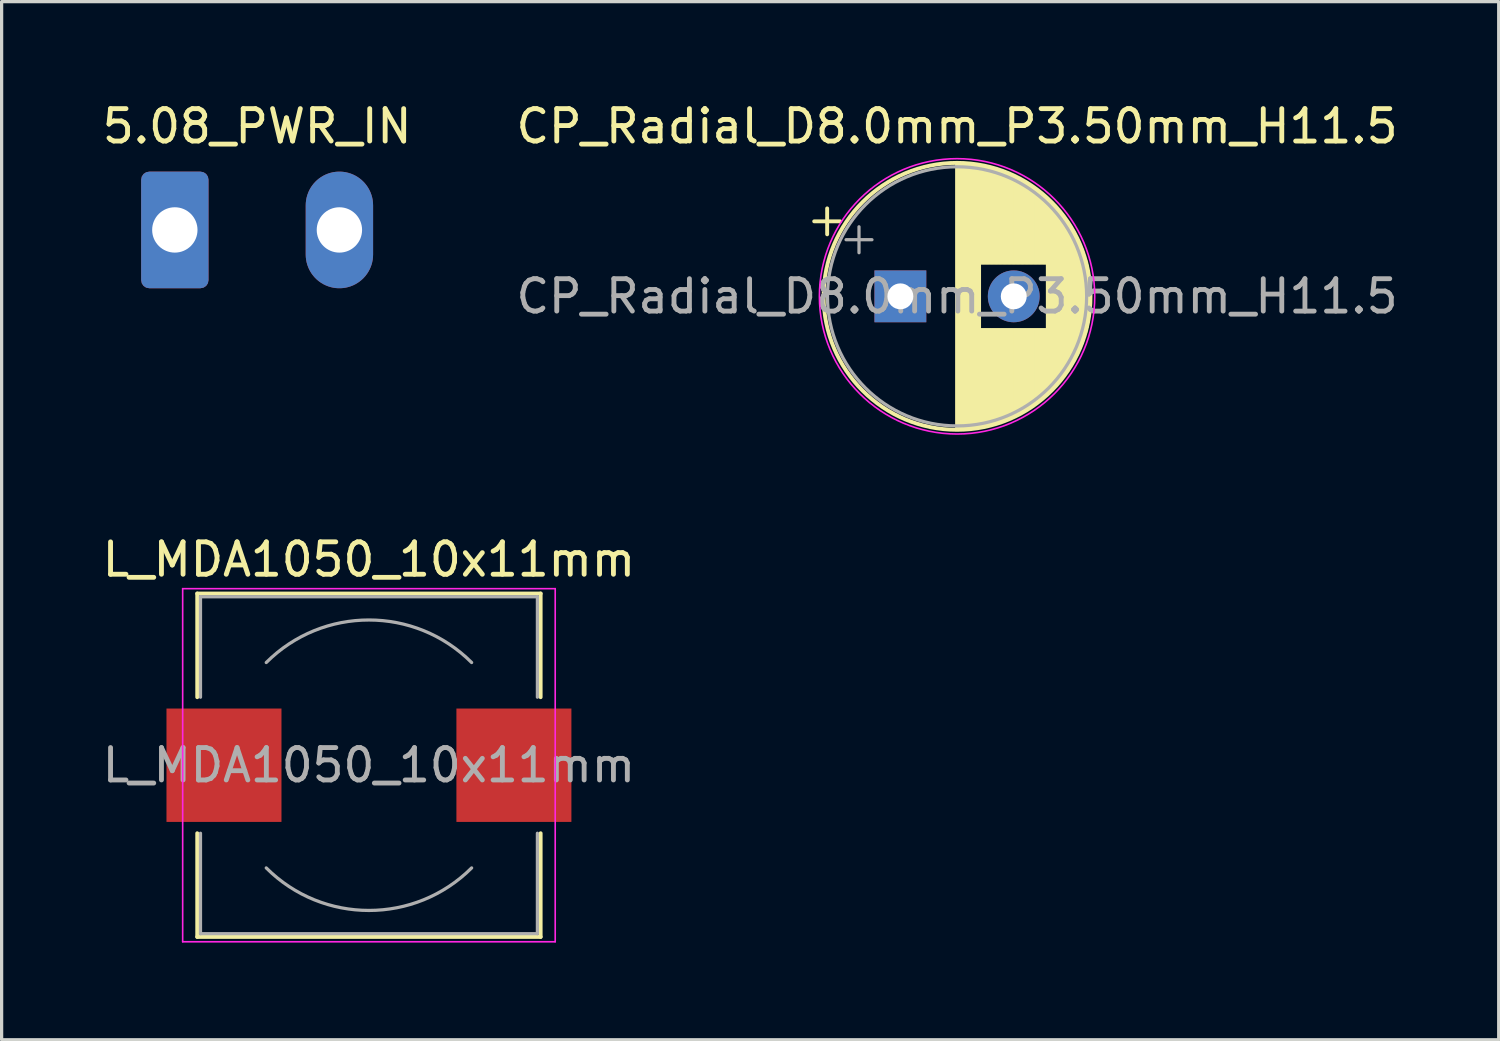
<source format=kicad_pcb>
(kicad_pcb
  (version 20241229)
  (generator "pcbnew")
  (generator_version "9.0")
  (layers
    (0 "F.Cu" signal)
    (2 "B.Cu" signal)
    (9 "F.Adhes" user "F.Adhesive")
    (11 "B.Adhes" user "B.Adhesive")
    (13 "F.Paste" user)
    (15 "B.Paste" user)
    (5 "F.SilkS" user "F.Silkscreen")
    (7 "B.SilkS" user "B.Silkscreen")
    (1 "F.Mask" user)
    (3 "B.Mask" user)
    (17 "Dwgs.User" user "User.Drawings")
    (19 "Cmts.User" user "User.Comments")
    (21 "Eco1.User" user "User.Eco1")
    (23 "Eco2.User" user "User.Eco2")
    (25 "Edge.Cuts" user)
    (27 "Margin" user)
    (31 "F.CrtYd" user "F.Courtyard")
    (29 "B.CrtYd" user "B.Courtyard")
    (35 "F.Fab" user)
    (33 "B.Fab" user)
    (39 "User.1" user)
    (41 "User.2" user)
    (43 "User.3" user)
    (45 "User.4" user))
  (footprint "L_MDA1050_10x11mm"
    (layer "F.Cu")
    (at 8.339 20.572)
    (property "Reference" "L_MDA1050_10x11mm" (at 0 -6.35 0) (layer "F.SilkS") (effects (font (size 1 1) (thickness 0.15))))
    (attr smd)
    (fp_line (start -5.3 -5.3) (end 5.3 -5.3) (stroke (width 0.12) (type solid)) (layer "F.SilkS"))
    (fp_line (start -5.3 -2.1) (end -5.3 -5.3) (stroke (width 0.12) (type solid)) (layer "F.SilkS"))
    (fp_line (start -5.3 5.3) (end -5.3 2.1) (stroke (width 0.12) (type solid)) (layer "F.SilkS"))
    (fp_line (start 5.3 -5.3) (end 5.3 -2.1) (stroke (width 0.12) (type solid)) (layer "F.SilkS"))
    (fp_line (start 5.3 2.1) (end 5.3 5.3) (stroke (width 0.12) (type solid)) (layer "F.SilkS"))
    (fp_line (start 5.3 5.3) (end -5.3 5.3) (stroke (width 0.12) (type solid)) (layer "F.SilkS"))
    (fp_line (start -5.75 -5.45) (end -5.75 5.45) (stroke (width 0.05) (type solid)) (layer "F.CrtYd"))
    (fp_line (start -5.75 5.45) (end 5.75 5.45) (stroke (width 0.05) (type solid)) (layer "F.CrtYd"))
    (fp_line (start 5.75 -5.45) (end -5.75 -5.45) (stroke (width 0.05) (type solid)) (layer "F.CrtYd"))
    (fp_line (start 5.75 5.45) (end 5.75 -5.45) (stroke (width 0.05) (type solid)) (layer "F.CrtYd"))
    (fp_line (start -5.2 -5.2) (end -5.2 -2.1) (stroke (width 0.1) (type solid)) (layer "F.Fab"))
    (fp_line (start -5.2 -5.2) (end 5.2 -5.2) (stroke (width 0.1) (type solid)) (layer "F.Fab"))
    (fp_line (start -5.2 5.2) (end -5.2 2.1) (stroke (width 0.1) (type solid)) (layer "F.Fab"))
    (fp_line (start -5.2 5.2) (end 5.2 5.2) (stroke (width 0.1) (type solid)) (layer "F.Fab"))
    (fp_line (start 5.2 -5.2) (end 5.2 -2.1) (stroke (width 0.1) (type solid)) (layer "F.Fab"))
    (fp_line (start 5.2 5.2) (end 5.2 2.1) (stroke (width 0.1) (type solid)) (layer "F.Fab"))
    (fp_arc (start -3.17 -3.17) (mid 0 -4.483057) (end 3.17 -3.17) (stroke (width 0.1) (type solid)) (layer "F.Fab"))
    (fp_arc (start 3.17 3.17) (mid 0 4.483057) (end -3.17 3.17) (stroke (width 0.1) (type solid)) (layer "F.Fab"))
    (fp_text user "${REFERENCE}" (at 0 0 0) (layer "F.Fab") (effects (font (size 1 1) (thickness 0.15))))
    (pad "1" smd rect (at -4.475 0) (size 3.55 3.5) (layers "F.Cu" "F.Mask" "F.Paste"))
    (pad "2" smd rect (at 4.475 0) (size 3.55 3.5) (layers "F.Cu" "F.Mask" "F.Paste")))
  (footprint "CP_Radial_D8.0mm_P3.50mm_H11.5"
    (layer "F.Cu")
    (at 24.744 6.098)
    (property "Reference" "CP_Radial_D8.0mm_P3.50mm_H11.5" (at 1.75 -5.25 0) (layer "F.SilkS") (effects (font (size 1 1) (thickness 0.15))))
    (attr through_hole)
    (fp_line (start -2.66 -2.315) (end -1.86 -2.315) (stroke (width 0.12) (type solid)) (layer "F.SilkS"))
    (fp_line (start -2.26 -2.715) (end -2.26 -1.915) (stroke (width 0.12) (type solid)) (layer "F.SilkS"))
    (fp_line (start 1.75 -4.08) (end 1.75 4.08) (stroke (width 0.12) (type solid)) (layer "F.SilkS"))
    (fp_line (start 1.79 -4.08) (end 1.79 4.08) (stroke (width 0.12) (type solid)) (layer "F.SilkS"))
    (fp_line (start 1.83 -4.08) (end 1.83 4.08) (stroke (width 0.12) (type solid)) (layer "F.SilkS"))
    (fp_line (start 1.87 -4.079) (end 1.87 4.079) (stroke (width 0.12) (type solid)) (layer "F.SilkS"))
    (fp_line (start 1.91 -4.077) (end 1.91 4.077) (stroke (width 0.12) (type solid)) (layer "F.SilkS"))
    (fp_line (start 1.95 -4.076) (end 1.95 4.076) (stroke (width 0.12) (type solid)) (layer "F.SilkS"))
    (fp_line (start 1.99 -4.074) (end 1.99 4.074) (stroke (width 0.12) (type solid)) (layer "F.SilkS"))
    (fp_line (start 2.03 -4.071) (end 2.03 4.071) (stroke (width 0.12) (type solid)) (layer "F.SilkS"))
    (fp_line (start 2.07 -4.068) (end 2.07 4.068) (stroke (width 0.12) (type solid)) (layer "F.SilkS"))
    (fp_line (start 2.11 -4.065) (end 2.11 4.065) (stroke (width 0.12) (type solid)) (layer "F.SilkS"))
    (fp_line (start 2.15 -4.061) (end 2.15 4.061) (stroke (width 0.12) (type solid)) (layer "F.SilkS"))
    (fp_line (start 2.19 -4.057) (end 2.19 4.057) (stroke (width 0.12) (type solid)) (layer "F.SilkS"))
    (fp_line (start 2.23 -4.052) (end 2.23 4.052) (stroke (width 0.12) (type solid)) (layer "F.SilkS"))
    (fp_line (start 2.27 -4.048) (end 2.27 4.048) (stroke (width 0.12) (type solid)) (layer "F.SilkS"))
    (fp_line (start 2.31 -4.042) (end 2.31 4.042) (stroke (width 0.12) (type solid)) (layer "F.SilkS"))
    (fp_line (start 2.35 -4.037) (end 2.35 4.037) (stroke (width 0.12) (type solid)) (layer "F.SilkS"))
    (fp_line (start 2.39 -4.03) (end 2.39 4.03) (stroke (width 0.12) (type solid)) (layer "F.SilkS"))
    (fp_line (start 2.43 -4.024) (end 2.43 4.024) (stroke (width 0.12) (type solid)) (layer "F.SilkS"))
    (fp_line (start 2.471 -4.017) (end 2.471 -1.04) (stroke (width 0.12) (type solid)) (layer "F.SilkS"))
    (fp_line (start 2.471 1.04) (end 2.471 4.017) (stroke (width 0.12) (type solid)) (layer "F.SilkS"))
    (fp_line (start 2.511 -4.01) (end 2.511 -1.04) (stroke (width 0.12) (type solid)) (layer "F.SilkS"))
    (fp_line (start 2.511 1.04) (end 2.511 4.01) (stroke (width 0.12) (type solid)) (layer "F.SilkS"))
    (fp_line (start 2.551 -4.002) (end 2.551 -1.04) (stroke (width 0.12) (type solid)) (layer "F.SilkS"))
    (fp_line (start 2.551 1.04) (end 2.551 4.002) (stroke (width 0.12) (type solid)) (layer "F.SilkS"))
    (fp_line (start 2.591 -3.994) (end 2.591 -1.04) (stroke (width 0.12) (type solid)) (layer "F.SilkS"))
    (fp_line (start 2.591 1.04) (end 2.591 3.994) (stroke (width 0.12) (type solid)) (layer "F.SilkS"))
    (fp_line (start 2.631 -3.985) (end 2.631 -1.04) (stroke (width 0.12) (type solid)) (layer "F.SilkS"))
    (fp_line (start 2.631 1.04) (end 2.631 3.985) (stroke (width 0.12) (type solid)) (layer "F.SilkS"))
    (fp_line (start 2.671 -3.976) (end 2.671 -1.04) (stroke (width 0.12) (type solid)) (layer "F.SilkS"))
    (fp_line (start 2.671 1.04) (end 2.671 3.976) (stroke (width 0.12) (type solid)) (layer "F.SilkS"))
    (fp_line (start 2.711 -3.967) (end 2.711 -1.04) (stroke (width 0.12) (type solid)) (layer "F.SilkS"))
    (fp_line (start 2.711 1.04) (end 2.711 3.967) (stroke (width 0.12) (type solid)) (layer "F.SilkS"))
    (fp_line (start 2.751 -3.957) (end 2.751 -1.04) (stroke (width 0.12) (type solid)) (layer "F.SilkS"))
    (fp_line (start 2.751 1.04) (end 2.751 3.957) (stroke (width 0.12) (type solid)) (layer "F.SilkS"))
    (fp_line (start 2.791 -3.947) (end 2.791 -1.04) (stroke (width 0.12) (type solid)) (layer "F.SilkS"))
    (fp_line (start 2.791 1.04) (end 2.791 3.947) (stroke (width 0.12) (type solid)) (layer "F.SilkS"))
    (fp_line (start 2.831 -3.936) (end 2.831 -1.04) (stroke (width 0.12) (type solid)) (layer "F.SilkS"))
    (fp_line (start 2.831 1.04) (end 2.831 3.936) (stroke (width 0.12) (type solid)) (layer "F.SilkS"))
    (fp_line (start 2.871 -3.925) (end 2.871 -1.04) (stroke (width 0.12) (type solid)) (layer "F.SilkS"))
    (fp_line (start 2.871 1.04) (end 2.871 3.925) (stroke (width 0.12) (type solid)) (layer "F.SilkS"))
    (fp_line (start 2.911 -3.914) (end 2.911 -1.04) (stroke (width 0.12) (type solid)) (layer "F.SilkS"))
    (fp_line (start 2.911 1.04) (end 2.911 3.914) (stroke (width 0.12) (type solid)) (layer "F.SilkS"))
    (fp_line (start 2.951 -3.902) (end 2.951 -1.04) (stroke (width 0.12) (type solid)) (layer "F.SilkS"))
    (fp_line (start 2.951 1.04) (end 2.951 3.902) (stroke (width 0.12) (type solid)) (layer "F.SilkS"))
    (fp_line (start 2.991 -3.889) (end 2.991 -1.04) (stroke (width 0.12) (type solid)) (layer "F.SilkS"))
    (fp_line (start 2.991 1.04) (end 2.991 3.889) (stroke (width 0.12) (type solid)) (layer "F.SilkS"))
    (fp_line (start 3.031 -3.877) (end 3.031 -1.04) (stroke (width 0.12) (type solid)) (layer "F.SilkS"))
    (fp_line (start 3.031 1.04) (end 3.031 3.877) (stroke (width 0.12) (type solid)) (layer "F.SilkS"))
    (fp_line (start 3.071 -3.863) (end 3.071 -1.04) (stroke (width 0.12) (type solid)) (layer "F.SilkS"))
    (fp_line (start 3.071 1.04) (end 3.071 3.863) (stroke (width 0.12) (type solid)) (layer "F.SilkS"))
    (fp_line (start 3.111 -3.85) (end 3.111 -1.04) (stroke (width 0.12) (type solid)) (layer "F.SilkS"))
    (fp_line (start 3.111 1.04) (end 3.111 3.85) (stroke (width 0.12) (type solid)) (layer "F.SilkS"))
    (fp_line (start 3.151 -3.835) (end 3.151 -1.04) (stroke (width 0.12) (type solid)) (layer "F.SilkS"))
    (fp_line (start 3.151 1.04) (end 3.151 3.835) (stroke (width 0.12) (type solid)) (layer "F.SilkS"))
    (fp_line (start 3.191 -3.821) (end 3.191 -1.04) (stroke (width 0.12) (type solid)) (layer "F.SilkS"))
    (fp_line (start 3.191 1.04) (end 3.191 3.821) (stroke (width 0.12) (type solid)) (layer "F.SilkS"))
    (fp_line (start 3.231 -3.805) (end 3.231 -1.04) (stroke (width 0.12) (type solid)) (layer "F.SilkS"))
    (fp_line (start 3.231 1.04) (end 3.231 3.805) (stroke (width 0.12) (type solid)) (layer "F.SilkS"))
    (fp_line (start 3.271 -3.79) (end 3.271 -1.04) (stroke (width 0.12) (type solid)) (layer "F.SilkS"))
    (fp_line (start 3.271 1.04) (end 3.271 3.79) (stroke (width 0.12) (type solid)) (layer "F.SilkS"))
    (fp_line (start 3.311 -3.774) (end 3.311 -1.04) (stroke (width 0.12) (type solid)) (layer "F.SilkS"))
    (fp_line (start 3.311 1.04) (end 3.311 3.774) (stroke (width 0.12) (type solid)) (layer "F.SilkS"))
    (fp_line (start 3.351 -3.757) (end 3.351 -1.04) (stroke (width 0.12) (type solid)) (layer "F.SilkS"))
    (fp_line (start 3.351 1.04) (end 3.351 3.757) (stroke (width 0.12) (type solid)) (layer "F.SilkS"))
    (fp_line (start 3.391 -3.74) (end 3.391 -1.04) (stroke (width 0.12) (type solid)) (layer "F.SilkS"))
    (fp_line (start 3.391 1.04) (end 3.391 3.74) (stroke (width 0.12) (type solid)) (layer "F.SilkS"))
    (fp_line (start 3.431 -3.722) (end 3.431 -1.04) (stroke (width 0.12) (type solid)) (layer "F.SilkS"))
    (fp_line (start 3.431 1.04) (end 3.431 3.722) (stroke (width 0.12) (type solid)) (layer "F.SilkS"))
    (fp_line (start 3.471 -3.704) (end 3.471 -1.04) (stroke (width 0.12) (type solid)) (layer "F.SilkS"))
    (fp_line (start 3.471 1.04) (end 3.471 3.704) (stroke (width 0.12) (type solid)) (layer "F.SilkS"))
    (fp_line (start 3.511 -3.686) (end 3.511 -1.04) (stroke (width 0.12) (type solid)) (layer "F.SilkS"))
    (fp_line (start 3.511 1.04) (end 3.511 3.686) (stroke (width 0.12) (type solid)) (layer "F.SilkS"))
    (fp_line (start 3.551 -3.666) (end 3.551 -1.04) (stroke (width 0.12) (type solid)) (layer "F.SilkS"))
    (fp_line (start 3.551 1.04) (end 3.551 3.666) (stroke (width 0.12) (type solid)) (layer "F.SilkS"))
    (fp_line (start 3.591 -3.647) (end 3.591 -1.04) (stroke (width 0.12) (type solid)) (layer "F.SilkS"))
    (fp_line (start 3.591 1.04) (end 3.591 3.647) (stroke (width 0.12) (type solid)) (layer "F.SilkS"))
    (fp_line (start 3.631 -3.627) (end 3.631 -1.04) (stroke (width 0.12) (type solid)) (layer "F.SilkS"))
    (fp_line (start 3.631 1.04) (end 3.631 3.627) (stroke (width 0.12) (type solid)) (layer "F.SilkS"))
    (fp_line (start 3.671 -3.606) (end 3.671 -1.04) (stroke (width 0.12) (type solid)) (layer "F.SilkS"))
    (fp_line (start 3.671 1.04) (end 3.671 3.606) (stroke (width 0.12) (type solid)) (layer "F.SilkS"))
    (fp_line (start 3.711 -3.584) (end 3.711 -1.04) (stroke (width 0.12) (type solid)) (layer "F.SilkS"))
    (fp_line (start 3.711 1.04) (end 3.711 3.584) (stroke (width 0.12) (type solid)) (layer "F.SilkS"))
    (fp_line (start 3.751 -3.562) (end 3.751 -1.04) (stroke (width 0.12) (type solid)) (layer "F.SilkS"))
    (fp_line (start 3.751 1.04) (end 3.751 3.562) (stroke (width 0.12) (type solid)) (layer "F.SilkS"))
    (fp_line (start 3.791 -3.54) (end 3.791 -1.04) (stroke (width 0.12) (type solid)) (layer "F.SilkS"))
    (fp_line (start 3.791 1.04) (end 3.791 3.54) (stroke (width 0.12) (type solid)) (layer "F.SilkS"))
    (fp_line (start 3.831 -3.517) (end 3.831 -1.04) (stroke (width 0.12) (type solid)) (layer "F.SilkS"))
    (fp_line (start 3.831 1.04) (end 3.831 3.517) (stroke (width 0.12) (type solid)) (layer "F.SilkS"))
    (fp_line (start 3.871 -3.493) (end 3.871 -1.04) (stroke (width 0.12) (type solid)) (layer "F.SilkS"))
    (fp_line (start 3.871 1.04) (end 3.871 3.493) (stroke (width 0.12) (type solid)) (layer "F.SilkS"))
    (fp_line (start 3.911 -3.469) (end 3.911 -1.04) (stroke (width 0.12) (type solid)) (layer "F.SilkS"))
    (fp_line (start 3.911 1.04) (end 3.911 3.469) (stroke (width 0.12) (type solid)) (layer "F.SilkS"))
    (fp_line (start 3.951 -3.444) (end 3.951 -1.04) (stroke (width 0.12) (type solid)) (layer "F.SilkS"))
    (fp_line (start 3.951 1.04) (end 3.951 3.444) (stroke (width 0.12) (type solid)) (layer "F.SilkS"))
    (fp_line (start 3.991 -3.418) (end 3.991 -1.04) (stroke (width 0.12) (type solid)) (layer "F.SilkS"))
    (fp_line (start 3.991 1.04) (end 3.991 3.418) (stroke (width 0.12) (type solid)) (layer "F.SilkS"))
    (fp_line (start 4.031 -3.392) (end 4.031 -1.04) (stroke (width 0.12) (type solid)) (layer "F.SilkS"))
    (fp_line (start 4.031 1.04) (end 4.031 3.392) (stroke (width 0.12) (type solid)) (layer "F.SilkS"))
    (fp_line (start 4.071 -3.365) (end 4.071 -1.04) (stroke (width 0.12) (type solid)) (layer "F.SilkS"))
    (fp_line (start 4.071 1.04) (end 4.071 3.365) (stroke (width 0.12) (type solid)) (layer "F.SilkS"))
    (fp_line (start 4.111 -3.338) (end 4.111 -1.04) (stroke (width 0.12) (type solid)) (layer "F.SilkS"))
    (fp_line (start 4.111 1.04) (end 4.111 3.338) (stroke (width 0.12) (type solid)) (layer "F.SilkS"))
    (fp_line (start 4.151 -3.309) (end 4.151 -1.04) (stroke (width 0.12) (type solid)) (layer "F.SilkS"))
    (fp_line (start 4.151 1.04) (end 4.151 3.309) (stroke (width 0.12) (type solid)) (layer "F.SilkS"))
    (fp_line (start 4.191 -3.28) (end 4.191 -1.04) (stroke (width 0.12) (type solid)) (layer "F.SilkS"))
    (fp_line (start 4.191 1.04) (end 4.191 3.28) (stroke (width 0.12) (type solid)) (layer "F.SilkS"))
    (fp_line (start 4.231 -3.25) (end 4.231 -1.04) (stroke (width 0.12) (type solid)) (layer "F.SilkS"))
    (fp_line (start 4.231 1.04) (end 4.231 3.25) (stroke (width 0.12) (type solid)) (layer "F.SilkS"))
    (fp_line (start 4.271 -3.22) (end 4.271 -1.04) (stroke (width 0.12) (type solid)) (layer "F.SilkS"))
    (fp_line (start 4.271 1.04) (end 4.271 3.22) (stroke (width 0.12) (type solid)) (layer "F.SilkS"))
    (fp_line (start 4.311 -3.189) (end 4.311 -1.04) (stroke (width 0.12) (type solid)) (layer "F.SilkS"))
    (fp_line (start 4.311 1.04) (end 4.311 3.189) (stroke (width 0.12) (type solid)) (layer "F.SilkS"))
    (fp_line (start 4.351 -3.156) (end 4.351 -1.04) (stroke (width 0.12) (type solid)) (layer "F.SilkS"))
    (fp_line (start 4.351 1.04) (end 4.351 3.156) (stroke (width 0.12) (type solid)) (layer "F.SilkS"))
    (fp_line (start 4.391 -3.124) (end 4.391 -1.04) (stroke (width 0.12) (type solid)) (layer "F.SilkS"))
    (fp_line (start 4.391 1.04) (end 4.391 3.124) (stroke (width 0.12) (type solid)) (layer "F.SilkS"))
    (fp_line (start 4.431 -3.09) (end 4.431 -1.04) (stroke (width 0.12) (type solid)) (layer "F.SilkS"))
    (fp_line (start 4.431 1.04) (end 4.431 3.09) (stroke (width 0.12) (type solid)) (layer "F.SilkS"))
    (fp_line (start 4.471 -3.055) (end 4.471 -1.04) (stroke (width 0.12) (type solid)) (layer "F.SilkS"))
    (fp_line (start 4.471 1.04) (end 4.471 3.055) (stroke (width 0.12) (type solid)) (layer "F.SilkS"))
    (fp_line (start 4.511 -3.019) (end 4.511 -1.04) (stroke (width 0.12) (type solid)) (layer "F.SilkS"))
    (fp_line (start 4.511 1.04) (end 4.511 3.019) (stroke (width 0.12) (type solid)) (layer "F.SilkS"))
    (fp_line (start 4.551 -2.983) (end 4.551 2.983) (stroke (width 0.12) (type solid)) (layer "F.SilkS"))
    (fp_line (start 4.591 -2.945) (end 4.591 2.945) (stroke (width 0.12) (type solid)) (layer "F.SilkS"))
    (fp_line (start 4.631 -2.907) (end 4.631 2.907) (stroke (width 0.12) (type solid)) (layer "F.SilkS"))
    (fp_line (start 4.671 -2.867) (end 4.671 2.867) (stroke (width 0.12) (type solid)) (layer "F.SilkS"))
    (fp_line (start 4.711 -2.826) (end 4.711 2.826) (stroke (width 0.12) (type solid)) (layer "F.SilkS"))
    (fp_line (start 4.751 -2.784) (end 4.751 2.784) (stroke (width 0.12) (type solid)) (layer "F.SilkS"))
    (fp_line (start 4.791 -2.741) (end 4.791 2.741) (stroke (width 0.12) (type solid)) (layer "F.SilkS"))
    (fp_line (start 4.831 -2.697) (end 4.831 2.697) (stroke (width 0.12) (type solid)) (layer "F.SilkS"))
    (fp_line (start 4.871 -2.651) (end 4.871 2.651) (stroke (width 0.12) (type solid)) (layer "F.SilkS"))
    (fp_line (start 4.911 -2.604) (end 4.911 2.604) (stroke (width 0.12) (type solid)) (layer "F.SilkS"))
    (fp_line (start 4.951 -2.556) (end 4.951 2.556) (stroke (width 0.12) (type solid)) (layer "F.SilkS"))
    (fp_line (start 4.991 -2.505) (end 4.991 2.505) (stroke (width 0.12) (type solid)) (layer "F.SilkS"))
    (fp_line (start 5.031 -2.454) (end 5.031 2.454) (stroke (width 0.12) (type solid)) (layer "F.SilkS"))
    (fp_line (start 5.071 -2.4) (end 5.071 2.4) (stroke (width 0.12) (type solid)) (layer "F.SilkS"))
    (fp_line (start 5.111 -2.345) (end 5.111 2.345) (stroke (width 0.12) (type solid)) (layer "F.SilkS"))
    (fp_line (start 5.151 -2.287) (end 5.151 2.287) (stroke (width 0.12) (type solid)) (layer "F.SilkS"))
    (fp_line (start 5.191 -2.228) (end 5.191 2.228) (stroke (width 0.12) (type solid)) (layer "F.SilkS"))
    (fp_line (start 5.231 -2.166) (end 5.231 2.166) (stroke (width 0.12) (type solid)) (layer "F.SilkS"))
    (fp_line (start 5.271 -2.102) (end 5.271 2.102) (stroke (width 0.12) (type solid)) (layer "F.SilkS"))
    (fp_line (start 5.311 -2.034) (end 5.311 2.034) (stroke (width 0.12) (type solid)) (layer "F.SilkS"))
    (fp_line (start 5.351 -1.964) (end 5.351 1.964) (stroke (width 0.12) (type solid)) (layer "F.SilkS"))
    (fp_line (start 5.391 -1.89) (end 5.391 1.89) (stroke (width 0.12) (type solid)) (layer "F.SilkS"))
    (fp_line (start 5.431 -1.813) (end 5.431 1.813) (stroke (width 0.12) (type solid)) (layer "F.SilkS"))
    (fp_line (start 5.471 -1.731) (end 5.471 1.731) (stroke (width 0.12) (type solid)) (layer "F.SilkS"))
    (fp_line (start 5.511 -1.645) (end 5.511 1.645) (stroke (width 0.12) (type solid)) (layer "F.SilkS"))
    (fp_line (start 5.551 -1.552) (end 5.551 1.552) (stroke (width 0.12) (type solid)) (layer "F.SilkS"))
    (fp_line (start 5.591 -1.453) (end 5.591 1.453) (stroke (width 0.12) (type solid)) (layer "F.SilkS"))
    (fp_line (start 5.631 -1.346) (end 5.631 1.346) (stroke (width 0.12) (type solid)) (layer "F.SilkS"))
    (fp_line (start 5.671 -1.229) (end 5.671 1.229) (stroke (width 0.12) (type solid)) (layer "F.SilkS"))
    (fp_line (start 5.711 -1.098) (end 5.711 1.098) (stroke (width 0.12) (type solid)) (layer "F.SilkS"))
    (fp_line (start 5.751 -0.948) (end 5.751 0.948) (stroke (width 0.12) (type solid)) (layer "F.SilkS"))
    (fp_line (start 5.791 -0.768) (end 5.791 0.768) (stroke (width 0.12) (type solid)) (layer "F.SilkS"))
    (fp_line (start 5.831 -0.533) (end 5.831 0.533) (stroke (width 0.12) (type solid)) (layer "F.SilkS"))
    (fp_circle (center 1.75 0) (end 5.87 0) (stroke (width 0.12) (type solid)) (fill no) (layer "F.SilkS"))
    (fp_circle (center 1.75 0) (end 6 0) (stroke (width 0.05) (type solid)) (fill no) (layer "F.CrtYd"))
    (fp_line (start -1.677 -1.748) (end -0.877 -1.748) (stroke (width 0.1) (type solid)) (layer "F.Fab"))
    (fp_line (start -1.277 -2.147) (end -1.277 -1.347) (stroke (width 0.1) (type solid)) (layer "F.Fab"))
    (fp_circle (center 1.75 0) (end 5.75 0) (stroke (width 0.1) (type solid)) (fill no) (layer "F.Fab"))
    (fp_text user "${REFERENCE}" (at 1.75 0 0) (layer "F.Fab") (effects (font (size 1 1) (thickness 0.15))))
    (pad "1" thru_hole rect (at 0 0) (size 1.6 1.6) (drill 0.8) (layers "*.Cu" "*.Mask"))
    (pad "2" thru_hole circle (at 3.5 0) (size 1.6 1.6) (drill 0.8) (layers "*.Cu" "*.Mask")))
  (footprint "5.08_PWR_IN"
    (layer "F.Cu")
    (at 2.347 4.048)
    (property "Reference" "5.08_PWR_IN" (at 2.54 -3.2 0) (layer "F.SilkS") (effects (font (size 1 1) (thickness 0.15))))
    (attr through_hole exclude_from_bom)
    (pad "1" thru_hole roundrect (at 0 0) (size 2.08 3.6) (drill 1.4) (layers "*.Cu" "*.Mask") (roundrect_rratio 0.12))
    (pad "2" thru_hole oval (at 5.08 0) (size 2.08 3.6) (drill 1.4) (layers "*.Cu" "*.Mask")))
  (gr_rect
    (start -3 -3)
    (end 43.214 29.047)
    (stroke (width 0.1) (type default))
    (fill no)
    (layer "Edge.Cuts")))
</source>
